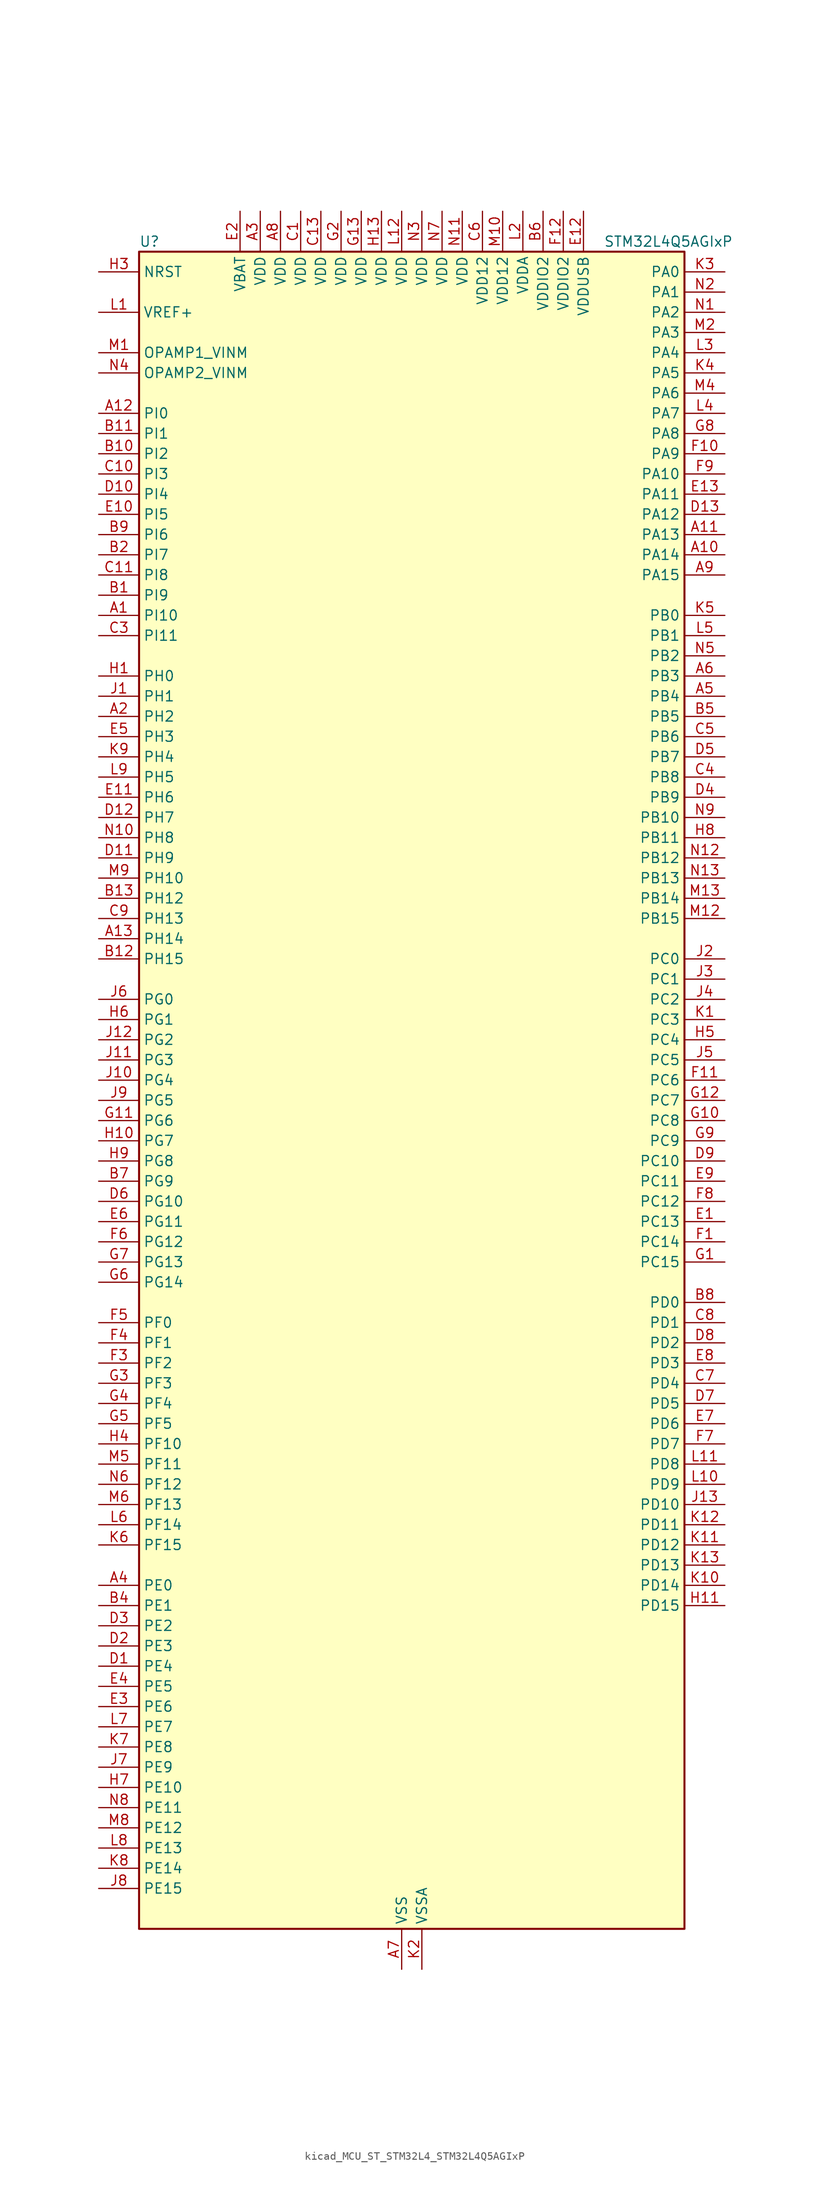
<source format=kicad_sym>
(kicad_symbol_lib
  (version 20220914)
  (generator kicad_symbol_editor)
  (symbol "kicad_MCU_ST_STM32L4_STM32L4Q5AGIxP"
    (property "Reference" "U"
      (at -33.02 107.95 0)
      (effects (font (size 1.27 1.27)) (justify left)))
    (property "Value" "STM32L4Q5AGIxP"
      (at 25.4 107.95 0)
      (effects (font (size 1.27 1.27)) (justify left)))
    (property "ki_locked" ""
      (at 0 0 0)
      (effects (font (size 1.27 1.27))))
    (symbol "kicad_MCU_ST_STM32L4_STM32L4Q5AGIxP_0_1"
      (rectangle (start -33.02 -104.14) (end 35.56 106.68) (stroke (width 0.254) (type default)) (fill (type background))))
    (symbol "kicad_MCU_ST_STM32L4_STM32L4Q5AGIxP_1_1"
      (pin bidirectional line (at -38.1 60.96 0) (length 5.08) (name "PI10" (effects (font (size 1.27 1.27)))) (number "A1" (effects (font (size 1.27 1.27)))) (alternate "OCTOSPIM_P2_IO1" bidirectional line) (alternate "PSSI_D14" bidirectional line))
      (pin bidirectional line (at 40.64 68.58 180) (length 5.08) (name "PA14" (effects (font (size 1.27 1.27)))) (number "A10" (effects (font (size 1.27 1.27)))) (alternate "I2C1_SMBA" bidirectional line) (alternate "I2C4_SMBA" bidirectional line) (alternate "LPTIM1_OUT" bidirectional line) (alternate "SAI1_FS_B" bidirectional line) (alternate "SYS_JTCK-SWCLK" bidirectional line) (alternate "USB_OTG_FS_SOF" bidirectional line))
      (pin bidirectional line (at 40.64 71.12 180) (length 5.08) (name "PA13" (effects (font (size 1.27 1.27)))) (number "A11" (effects (font (size 1.27 1.27)))) (alternate "IR_OUT" bidirectional line) (alternate "SAI1_SD_B" bidirectional line) (alternate "SYS_JTMS-SWDIO" bidirectional line) (alternate "USB_OTG_FS_NOE" bidirectional line))
      (pin bidirectional line (at -38.1 86.36 0) (length 5.08) (name "PI0" (effects (font (size 1.27 1.27)))) (number "A12" (effects (font (size 1.27 1.27)))) (alternate "DCMI_D13" bidirectional line) (alternate "OCTOSPIM_P1_IO5" bidirectional line) (alternate "PSSI_D13" bidirectional line) (alternate "SPI2_NSS" bidirectional line) (alternate "TIM5_CH4" bidirectional line))
      (pin bidirectional line (at -38.1 20.32 0) (length 5.08) (name "PH14" (effects (font (size 1.27 1.27)))) (number "A13" (effects (font (size 1.27 1.27)))) (alternate "DCMI_D4" bidirectional line) (alternate "PSSI_D4" bidirectional line) (alternate "TIM8_CH2N" bidirectional line))
      (pin bidirectional line (at -38.1 48.26 0) (length 5.08) (name "PH2" (effects (font (size 1.27 1.27)))) (number "A2" (effects (font (size 1.27 1.27)))) (alternate "OCTOSPIM_P1_IO4" bidirectional line))
      (pin power_in line (at -17.78 111.76 270) (length 5.08) (name "VDD" (effects (font (size 1.27 1.27)))) (number "A3" (effects (font (size 1.27 1.27)))))
      (pin bidirectional line (at -38.1 -60.96 0) (length 5.08) (name "PE0" (effects (font (size 1.27 1.27)))) (number "A4" (effects (font (size 1.27 1.27)))) (alternate "DCMI_D2" bidirectional line) (alternate "FMC_NBL0" bidirectional line) (alternate "LTDC_HSYNC" bidirectional line) (alternate "PSSI_D2" bidirectional line) (alternate "TIM16_CH1" bidirectional line) (alternate "TIM4_ETR" bidirectional line))
      (pin bidirectional line (at 40.64 50.8 180) (length 5.08) (name "PB4" (effects (font (size 1.27 1.27)))) (number "A5" (effects (font (size 1.27 1.27)))) (alternate "COMP2_INP" bidirectional line) (alternate "DCMI_D12" bidirectional line) (alternate "I2C3_SDA" bidirectional line) (alternate "OCTOSPIM_P1_IO5" bidirectional line) (alternate "PSSI_D12" bidirectional line) (alternate "SAI1_MCLK_B" bidirectional line) (alternate "SDMMC2_D3" bidirectional line) (alternate "SPI1_MISO" bidirectional line) (alternate "SPI3_MISO" bidirectional line) (alternate "SYS_JTRST" bidirectional line) (alternate "TIM17_BKIN" bidirectional line) (alternate "TIM3_CH1" bidirectional line) (alternate "TSC_G2_IO1" bidirectional line) (alternate "UART5_DE" bidirectional line) (alternate "UART5_RTS" bidirectional line) (alternate "USART1_CTS" bidirectional line) (alternate "USART1_NSS" bidirectional line))
      (pin bidirectional line (at 40.64 53.34 180) (length 5.08) (name "PB3" (effects (font (size 1.27 1.27)))) (number "A6" (effects (font (size 1.27 1.27)))) (alternate "COMP2_INM" bidirectional line) (alternate "CRS_SYNC" bidirectional line) (alternate "OCTOSPIM_P1_IO4" bidirectional line) (alternate "SAI1_SCK_B" bidirectional line) (alternate "SDMMC2_D2" bidirectional line) (alternate "SPI1_SCK" bidirectional line) (alternate "SPI3_SCK" bidirectional line) (alternate "SYS_JTDO-SWO" bidirectional line) (alternate "TIM2_CH2" bidirectional line) (alternate "USART1_DE" bidirectional line) (alternate "USART1_RTS" bidirectional line))
      (pin power_in line (at 0 -109.22 90) (length 5.08) (name "VSS" (effects (font (size 1.27 1.27)))) (number "A7" (effects (font (size 1.27 1.27)))))
      (pin power_in line (at -15.24 111.76 270) (length 5.08) (name "VDD" (effects (font (size 1.27 1.27)))) (number "A8" (effects (font (size 1.27 1.27)))))
      (pin bidirectional line (at 40.64 66.04 180) (length 5.08) (name "PA15" (effects (font (size 1.27 1.27)))) (number "A9" (effects (font (size 1.27 1.27)))) (alternate "ADC1_EXTI15" bidirectional line) (alternate "ADC2_EXTI15" bidirectional line) (alternate "LTDC_HSYNC" bidirectional line) (alternate "SAI2_FS_B" bidirectional line) (alternate "SPI1_NSS" bidirectional line) (alternate "SPI3_NSS" bidirectional line) (alternate "SYS_JTDI" bidirectional line) (alternate "TIM2_CH1" bidirectional line) (alternate "TIM2_ETR" bidirectional line) (alternate "TSC_G3_IO1" bidirectional line) (alternate "UART4_DE" bidirectional line) (alternate "UART4_RTS" bidirectional line) (alternate "USART2_RX" bidirectional line) (alternate "USART3_DE" bidirectional line) (alternate "USART3_RTS" bidirectional line))
      (pin bidirectional line (at -38.1 63.5 0) (length 5.08) (name "PI9" (effects (font (size 1.27 1.27)))) (number "B1" (effects (font (size 1.27 1.27)))) (alternate "CAN1_RX" bidirectional line) (alternate "DAC1_EXTI9" bidirectional line) (alternate "OCTOSPIM_P2_IO2" bidirectional line))
      (pin bidirectional line (at -38.1 81.28 0) (length 5.08) (name "PI2" (effects (font (size 1.27 1.27)))) (number "B10" (effects (font (size 1.27 1.27)))) (alternate "DCMI_D9" bidirectional line) (alternate "PSSI_D9" bidirectional line) (alternate "SPI2_MISO" bidirectional line) (alternate "TIM8_CH4" bidirectional line))
      (pin bidirectional line (at -38.1 83.82 0) (length 5.08) (name "PI1" (effects (font (size 1.27 1.27)))) (number "B11" (effects (font (size 1.27 1.27)))) (alternate "DCMI_D8" bidirectional line) (alternate "PSSI_D8" bidirectional line) (alternate "SPI2_SCK" bidirectional line))
      (pin bidirectional line (at -38.1 17.78 0) (length 5.08) (name "PH15" (effects (font (size 1.27 1.27)))) (number "B12" (effects (font (size 1.27 1.27)))) (alternate "ADC1_EXTI15" bidirectional line) (alternate "ADC2_EXTI15" bidirectional line) (alternate "DCMI_D11" bidirectional line) (alternate "OCTOSPIM_P2_IO6" bidirectional line) (alternate "PSSI_D11" bidirectional line) (alternate "TIM8_CH3N" bidirectional line))
      (pin bidirectional line (at -38.1 25.4 0) (length 5.08) (name "PH12" (effects (font (size 1.27 1.27)))) (number "B13" (effects (font (size 1.27 1.27)))) (alternate "DCMI_D3" bidirectional line) (alternate "OCTOSPIM_P2_IO7" bidirectional line) (alternate "PSSI_D3" bidirectional line) (alternate "TIM5_CH3" bidirectional line))
      (pin bidirectional line (at -38.1 68.58 0) (length 5.08) (name "PI7" (effects (font (size 1.27 1.27)))) (number "B2" (effects (font (size 1.27 1.27)))) (alternate "DCMI_D7" bidirectional line) (alternate "OCTOSPIM_P2_NCLK" bidirectional line) (alternate "PSSI_D7" bidirectional line) (alternate "TIM8_CH3" bidirectional line))
      (pin passive line (at 0 -109.22 90) (length 5.08) hide (name "VSS" (effects (font (size 1.27 1.27)))) (number "B3" (effects (font (size 1.27 1.27)))))
      (pin bidirectional line (at -38.1 -63.5 0) (length 5.08) (name "PE1" (effects (font (size 1.27 1.27)))) (number "B4" (effects (font (size 1.27 1.27)))) (alternate "DCMI_D3" bidirectional line) (alternate "FMC_NBL1" bidirectional line) (alternate "LTDC_VSYNC" bidirectional line) (alternate "PSSI_D3" bidirectional line) (alternate "TIM17_CH1" bidirectional line))
      (pin bidirectional line (at 40.64 48.26 180) (length 5.08) (name "PB5" (effects (font (size 1.27 1.27)))) (number "B5" (effects (font (size 1.27 1.27)))) (alternate "COMP2_OUT" bidirectional line) (alternate "DCMI_D10" bidirectional line) (alternate "I2C1_SMBA" bidirectional line) (alternate "LPTIM1_IN1" bidirectional line) (alternate "OCTOSPIM_P1_IO0" bidirectional line) (alternate "PSSI_D10" bidirectional line) (alternate "SAI1_SD_B" bidirectional line) (alternate "SPI1_MOSI" bidirectional line) (alternate "SPI3_MOSI" bidirectional line) (alternate "TIM16_BKIN" bidirectional line) (alternate "TIM3_CH2" bidirectional line) (alternate "TSC_G2_IO2" bidirectional line) (alternate "UART5_CTS" bidirectional line) (alternate "USART1_CK" bidirectional line))
      (pin power_in line (at 17.78 111.76 270) (length 5.08) (name "VDDIO2" (effects (font (size 1.27 1.27)))) (number "B6" (effects (font (size 1.27 1.27)))))
      (pin bidirectional line (at -38.1 -10.16 0) (length 5.08) (name "PG9" (effects (font (size 1.27 1.27)))) (number "B7" (effects (font (size 1.27 1.27)))) (alternate "DAC1_EXTI9" bidirectional line) (alternate "FMC_NCE" bidirectional line) (alternate "FMC_NE2" bidirectional line) (alternate "OCTOSPIM_P2_IO6" bidirectional line) (alternate "SAI2_SCK_A" bidirectional line) (alternate "SDMMC2_D0" bidirectional line) (alternate "SPI3_SCK" bidirectional line) (alternate "TIM15_CH1N" bidirectional line) (alternate "USART1_TX" bidirectional line))
      (pin bidirectional line (at 40.64 -25.4 180) (length 5.08) (name "PD0" (effects (font (size 1.27 1.27)))) (number "B8" (effects (font (size 1.27 1.27)))) (alternate "CAN1_RX" bidirectional line) (alternate "FMC_D2" bidirectional line) (alternate "FMC_DA2" bidirectional line) (alternate "LTDC_B4" bidirectional line) (alternate "SPI2_NSS" bidirectional line))
      (pin bidirectional line (at -38.1 71.12 0) (length 5.08) (name "PI6" (effects (font (size 1.27 1.27)))) (number "B9" (effects (font (size 1.27 1.27)))) (alternate "DCMI_D6" bidirectional line) (alternate "OCTOSPIM_P2_CLK" bidirectional line) (alternate "PSSI_D6" bidirectional line) (alternate "TIM8_CH2" bidirectional line))
      (pin power_in line (at -12.7 111.76 270) (length 5.08) (name "VDD" (effects (font (size 1.27 1.27)))) (number "C1" (effects (font (size 1.27 1.27)))))
      (pin bidirectional line (at -38.1 78.74 0) (length 5.08) (name "PI3" (effects (font (size 1.27 1.27)))) (number "C10" (effects (font (size 1.27 1.27)))) (alternate "DCMI_D10" bidirectional line) (alternate "PSSI_D10" bidirectional line) (alternate "SPI2_MOSI" bidirectional line) (alternate "TIM8_ETR" bidirectional line))
      (pin bidirectional line (at -38.1 66.04 0) (length 5.08) (name "PI8" (effects (font (size 1.27 1.27)))) (number "C11" (effects (font (size 1.27 1.27)))) (alternate "DCMI_D12" bidirectional line) (alternate "OCTOSPIM_P2_NCS" bidirectional line) (alternate "PSSI_D12" bidirectional line))
      (pin passive line (at 0 -109.22 90) (length 5.08) hide (name "VSS" (effects (font (size 1.27 1.27)))) (number "C12" (effects (font (size 1.27 1.27)))))
      (pin power_in line (at -10.16 111.76 270) (length 5.08) (name "VDD" (effects (font (size 1.27 1.27)))) (number "C13" (effects (font (size 1.27 1.27)))))
      (pin passive line (at 0 -109.22 90) (length 5.08) hide (name "VSS" (effects (font (size 1.27 1.27)))) (number "C2" (effects (font (size 1.27 1.27)))))
      (pin bidirectional line (at -38.1 58.42 0) (length 5.08) (name "PI11" (effects (font (size 1.27 1.27)))) (number "C3" (effects (font (size 1.27 1.27)))) (alternate "ADC1_EXTI11" bidirectional line) (alternate "ADC2_EXTI11" bidirectional line) (alternate "OCTOSPIM_P2_IO0" bidirectional line) (alternate "PSSI_D15" bidirectional line))
      (pin bidirectional line (at 40.64 40.64 180) (length 5.08) (name "PB8" (effects (font (size 1.27 1.27)))) (number "C4" (effects (font (size 1.27 1.27)))) (alternate "CAN1_RX" bidirectional line) (alternate "DCMI_D6" bidirectional line) (alternate "DFSDM1_CKOUT" bidirectional line) (alternate "I2C1_SCL" bidirectional line) (alternate "LTDC_DE" bidirectional line) (alternate "PSSI_D6" bidirectional line) (alternate "SAI1_CK1" bidirectional line) (alternate "SAI1_MCLK_A" bidirectional line) (alternate "SDMMC1_CKIN" bidirectional line) (alternate "SDMMC1_D4" bidirectional line) (alternate "SDMMC2_D4" bidirectional line) (alternate "TIM16_CH1" bidirectional line) (alternate "TIM4_CH3" bidirectional line))
      (pin bidirectional line (at 40.64 45.72 180) (length 5.08) (name "PB6" (effects (font (size 1.27 1.27)))) (number "C5" (effects (font (size 1.27 1.27)))) (alternate "COMP2_INP" bidirectional line) (alternate "DCMI_D5" bidirectional line) (alternate "I2C1_SCL" bidirectional line) (alternate "I2C4_SCL" bidirectional line) (alternate "LPTIM1_ETR" bidirectional line) (alternate "LTDC_R6" bidirectional line) (alternate "PSSI_D5" bidirectional line) (alternate "SAI1_FS_B" bidirectional line) (alternate "TIM16_CH1N" bidirectional line) (alternate "TIM4_CH1" bidirectional line) (alternate "TIM8_BKIN2" bidirectional line) (alternate "TSC_G2_IO3" bidirectional line) (alternate "USART1_TX" bidirectional line))
      (pin power_in line (at 10.16 111.76 270) (length 5.08) (name "VDD12" (effects (font (size 1.27 1.27)))) (number "C6" (effects (font (size 1.27 1.27)))))
      (pin bidirectional line (at 40.64 -35.56 180) (length 5.08) (name "PD4" (effects (font (size 1.27 1.27)))) (number "C7" (effects (font (size 1.27 1.27)))) (alternate "DFSDM1_CKIN0" bidirectional line) (alternate "FMC_NOE" bidirectional line) (alternate "OCTOSPIM_P1_IO4" bidirectional line) (alternate "SDMMC2_CKIN" bidirectional line) (alternate "SPI2_MOSI" bidirectional line) (alternate "USART2_DE" bidirectional line) (alternate "USART2_RTS" bidirectional line))
      (pin bidirectional line (at 40.64 -27.94 180) (length 5.08) (name "PD1" (effects (font (size 1.27 1.27)))) (number "C8" (effects (font (size 1.27 1.27)))) (alternate "CAN1_TX" bidirectional line) (alternate "FMC_D3" bidirectional line) (alternate "FMC_DA3" bidirectional line) (alternate "LTDC_B5" bidirectional line) (alternate "SPI2_SCK" bidirectional line))
      (pin bidirectional line (at -38.1 22.86 0) (length 5.08) (name "PH13" (effects (font (size 1.27 1.27)))) (number "C9" (effects (font (size 1.27 1.27)))) (alternate "CAN1_TX" bidirectional line) (alternate "TIM8_CH1N" bidirectional line))
      (pin bidirectional line (at -38.1 -71.12 0) (length 5.08) (name "PE4" (effects (font (size 1.27 1.27)))) (number "D1" (effects (font (size 1.27 1.27)))) (alternate "DCMI_D4" bidirectional line) (alternate "DFSDM1_DATIN3" bidirectional line) (alternate "FMC_A20" bidirectional line) (alternate "LTDC_B7" bidirectional line) (alternate "PSSI_D4" bidirectional line) (alternate "SAI1_D2" bidirectional line) (alternate "SAI1_FS_A" bidirectional line) (alternate "SYS_TRACED1" bidirectional line) (alternate "TIM3_CH2" bidirectional line) (alternate "TSC_G7_IO3" bidirectional line))
      (pin bidirectional line (at -38.1 76.2 0) (length 5.08) (name "PI4" (effects (font (size 1.27 1.27)))) (number "D10" (effects (font (size 1.27 1.27)))) (alternate "DCMI_D5" bidirectional line) (alternate "PSSI_D5" bidirectional line) (alternate "TIM8_BKIN" bidirectional line))
      (pin bidirectional line (at -38.1 30.48 0) (length 5.08) (name "PH9" (effects (font (size 1.27 1.27)))) (number "D11" (effects (font (size 1.27 1.27)))) (alternate "DAC1_EXTI9" bidirectional line) (alternate "DCMI_D0" bidirectional line) (alternate "I2C3_SMBA" bidirectional line) (alternate "OCTOSPIM_P2_IO4" bidirectional line) (alternate "PSSI_D0" bidirectional line))
      (pin bidirectional line (at -38.1 35.56 0) (length 5.08) (name "PH7" (effects (font (size 1.27 1.27)))) (number "D12" (effects (font (size 1.27 1.27)))) (alternate "DCMI_D9" bidirectional line) (alternate "I2C3_SCL" bidirectional line) (alternate "OCTOSPIM_P2_NCLK" bidirectional line) (alternate "PSSI_D9" bidirectional line))
      (pin bidirectional line (at 40.64 73.66 180) (length 5.08) (name "PA12" (effects (font (size 1.27 1.27)))) (number "D13" (effects (font (size 1.27 1.27)))) (alternate "CAN1_TX" bidirectional line) (alternate "LTDC_VSYNC" bidirectional line) (alternate "OCTOSPIM_P2_NCS" bidirectional line) (alternate "SPI1_MOSI" bidirectional line) (alternate "TIM1_ETR" bidirectional line) (alternate "USART1_DE" bidirectional line) (alternate "USART1_RTS" bidirectional line) (alternate "USB_OTG_FS_DP" bidirectional line))
      (pin bidirectional line (at -38.1 -68.58 0) (length 5.08) (name "PE3" (effects (font (size 1.27 1.27)))) (number "D2" (effects (font (size 1.27 1.27)))) (alternate "FMC_A19" bidirectional line) (alternate "LTDC_R6" bidirectional line) (alternate "OCTOSPIM_P1_DQS" bidirectional line) (alternate "SAI1_SD_B" bidirectional line) (alternate "SYS_TRACED0" bidirectional line) (alternate "TIM3_CH1" bidirectional line) (alternate "TSC_G7_IO2" bidirectional line))
      (pin bidirectional line (at -38.1 -66.04 0) (length 5.08) (name "PE2" (effects (font (size 1.27 1.27)))) (number "D3" (effects (font (size 1.27 1.27)))) (alternate "FMC_A23" bidirectional line) (alternate "LTDC_R7" bidirectional line) (alternate "SAI1_CK1" bidirectional line) (alternate "SAI1_MCLK_A" bidirectional line) (alternate "SYS_TRACECLK" bidirectional line) (alternate "TIM3_ETR" bidirectional line) (alternate "TSC_G7_IO1" bidirectional line))
      (pin bidirectional line (at 40.64 38.1 180) (length 5.08) (name "PB9" (effects (font (size 1.27 1.27)))) (number "D4" (effects (font (size 1.27 1.27)))) (alternate "CAN1_TX" bidirectional line) (alternate "DAC1_EXTI9" bidirectional line) (alternate "DCMI_D7" bidirectional line) (alternate "I2C1_SDA" bidirectional line) (alternate "IR_OUT" bidirectional line) (alternate "PSSI_D7" bidirectional line) (alternate "SAI1_D2" bidirectional line) (alternate "SAI1_FS_A" bidirectional line) (alternate "SDMMC1_CDIR" bidirectional line) (alternate "SDMMC1_D5" bidirectional line) (alternate "SDMMC2_D5" bidirectional line) (alternate "SPI2_NSS" bidirectional line) (alternate "TIM17_CH1" bidirectional line) (alternate "TIM4_CH4" bidirectional line))
      (pin bidirectional line (at 40.64 43.18 180) (length 5.08) (name "PB7" (effects (font (size 1.27 1.27)))) (number "D5" (effects (font (size 1.27 1.27)))) (alternate "COMP2_INM" bidirectional line) (alternate "DCMI_VSYNC" bidirectional line) (alternate "FMC_NL" bidirectional line) (alternate "I2C1_SDA" bidirectional line) (alternate "I2C4_SDA" bidirectional line) (alternate "LPTIM1_IN2" bidirectional line) (alternate "LTDC_VSYNC" bidirectional line) (alternate "PSSI_RDY" bidirectional line) (alternate "SYS_PVD_IN" bidirectional line) (alternate "TIM17_CH1N" bidirectional line) (alternate "TIM4_CH2" bidirectional line) (alternate "TIM8_BKIN" bidirectional line) (alternate "TSC_G2_IO4" bidirectional line) (alternate "UART4_CTS" bidirectional line) (alternate "USART1_RX" bidirectional line))
      (pin bidirectional line (at -38.1 -12.7 0) (length 5.08) (name "PG10" (effects (font (size 1.27 1.27)))) (number "D6" (effects (font (size 1.27 1.27)))) (alternate "FMC_NE3" bidirectional line) (alternate "LPTIM1_IN1" bidirectional line) (alternate "OCTOSPIM_P2_IO7" bidirectional line) (alternate "SAI2_FS_A" bidirectional line) (alternate "SDMMC2_D1" bidirectional line) (alternate "SPI3_MISO" bidirectional line) (alternate "TIM15_CH1" bidirectional line) (alternate "USART1_RX" bidirectional line))
      (pin bidirectional line (at 40.64 -38.1 180) (length 5.08) (name "PD5" (effects (font (size 1.27 1.27)))) (number "D7" (effects (font (size 1.27 1.27)))) (alternate "FMC_NWE" bidirectional line) (alternate "OCTOSPIM_P1_IO5" bidirectional line) (alternate "USART2_TX" bidirectional line))
      (pin bidirectional line (at 40.64 -30.48 180) (length 5.08) (name "PD2" (effects (font (size 1.27 1.27)))) (number "D8" (effects (font (size 1.27 1.27)))) (alternate "DCMI_D11" bidirectional line) (alternate "PSSI_D11" bidirectional line) (alternate "SDMMC1_CMD" bidirectional line) (alternate "SYS_TRACED2" bidirectional line) (alternate "TIM3_ETR" bidirectional line) (alternate "TSC_SYNC" bidirectional line) (alternate "UART5_RX" bidirectional line) (alternate "USART3_DE" bidirectional line) (alternate "USART3_RTS" bidirectional line))
      (pin bidirectional line (at 40.64 -7.62 180) (length 5.08) (name "PC10" (effects (font (size 1.27 1.27)))) (number "D9" (effects (font (size 1.27 1.27)))) (alternate "DCMI_D8" bidirectional line) (alternate "DCMI_VSYNC" bidirectional line) (alternate "PSSI_D8" bidirectional line) (alternate "PSSI_RDY" bidirectional line) (alternate "SAI2_SCK_B" bidirectional line) (alternate "SDMMC1_D2" bidirectional line) (alternate "SPI3_SCK" bidirectional line) (alternate "SYS_TRACED1" bidirectional line) (alternate "TSC_G3_IO2" bidirectional line) (alternate "UART4_TX" bidirectional line) (alternate "USART3_TX" bidirectional line))
      (pin bidirectional line (at 40.64 -15.24 180) (length 5.08) (name "PC13" (effects (font (size 1.27 1.27)))) (number "E1" (effects (font (size 1.27 1.27)))) (alternate "RTC_OUT1" bidirectional line) (alternate "RTC_TAMP1" bidirectional line) (alternate "RTC_TS" bidirectional line) (alternate "SYS_WKUP2" bidirectional line))
      (pin bidirectional line (at -38.1 73.66 0) (length 5.08) (name "PI5" (effects (font (size 1.27 1.27)))) (number "E10" (effects (font (size 1.27 1.27)))) (alternate "DCMI_VSYNC" bidirectional line) (alternate "OCTOSPIM_P2_NCS" bidirectional line) (alternate "PSSI_RDY" bidirectional line) (alternate "TIM8_CH1" bidirectional line))
      (pin bidirectional line (at -38.1 38.1 0) (length 5.08) (name "PH6" (effects (font (size 1.27 1.27)))) (number "E11" (effects (font (size 1.27 1.27)))) (alternate "DCMI_D8" bidirectional line) (alternate "I2C2_SMBA" bidirectional line) (alternate "OCTOSPIM_P2_CLK" bidirectional line) (alternate "PSSI_D8" bidirectional line))
      (pin power_in line (at 22.86 111.76 270) (length 5.08) (name "VDDUSB" (effects (font (size 1.27 1.27)))) (number "E12" (effects (font (size 1.27 1.27)))))
      (pin bidirectional line (at 40.64 76.2 180) (length 5.08) (name "PA11" (effects (font (size 1.27 1.27)))) (number "E13" (effects (font (size 1.27 1.27)))) (alternate "ADC1_EXTI11" bidirectional line) (alternate "ADC2_EXTI11" bidirectional line) (alternate "CAN1_RX" bidirectional line) (alternate "LTDC_DE" bidirectional line) (alternate "SPI1_MISO" bidirectional line) (alternate "TIM1_BKIN2" bidirectional line) (alternate "TIM1_CH4" bidirectional line) (alternate "USART1_CTS" bidirectional line) (alternate "USART1_NSS" bidirectional line) (alternate "USB_OTG_FS_DM" bidirectional line))
      (pin power_in line (at -20.32 111.76 270) (length 5.08) (name "VBAT" (effects (font (size 1.27 1.27)))) (number "E2" (effects (font (size 1.27 1.27)))))
      (pin bidirectional line (at -38.1 -76.2 0) (length 5.08) (name "PE6" (effects (font (size 1.27 1.27)))) (number "E3" (effects (font (size 1.27 1.27)))) (alternate "DCMI_D7" bidirectional line) (alternate "FMC_A22" bidirectional line) (alternate "LTDC_G6" bidirectional line) (alternate "PSSI_D7" bidirectional line) (alternate "RTC_TAMP3" bidirectional line) (alternate "SAI1_D1" bidirectional line) (alternate "SAI1_SD_A" bidirectional line) (alternate "SYS_TRACED3" bidirectional line) (alternate "SYS_WKUP3" bidirectional line) (alternate "TIM3_CH4" bidirectional line))
      (pin bidirectional line (at -38.1 -73.66 0) (length 5.08) (name "PE5" (effects (font (size 1.27 1.27)))) (number "E4" (effects (font (size 1.27 1.27)))) (alternate "DCMI_D6" bidirectional line) (alternate "DFSDM1_CKIN3" bidirectional line) (alternate "FMC_A21" bidirectional line) (alternate "LTDC_G7" bidirectional line) (alternate "PSSI_D6" bidirectional line) (alternate "SAI1_CK2" bidirectional line) (alternate "SAI1_SCK_A" bidirectional line) (alternate "SYS_TRACED2" bidirectional line) (alternate "TIM3_CH3" bidirectional line) (alternate "TSC_G7_IO4" bidirectional line))
      (pin bidirectional line (at -38.1 45.72 0) (length 5.08) (name "PH3" (effects (font (size 1.27 1.27)))) (number "E5" (effects (font (size 1.27 1.27)))))
      (pin bidirectional line (at -38.1 -15.24 0) (length 5.08) (name "PG11" (effects (font (size 1.27 1.27)))) (number "E6" (effects (font (size 1.27 1.27)))) (alternate "ADC1_EXTI11" bidirectional line) (alternate "ADC2_EXTI11" bidirectional line) (alternate "LPTIM1_IN2" bidirectional line) (alternate "OCTOSPIM_P1_IO5" bidirectional line) (alternate "SAI2_MCLK_A" bidirectional line) (alternate "SDMMC2_D2" bidirectional line) (alternate "SPI3_MOSI" bidirectional line) (alternate "TIM15_CH2" bidirectional line) (alternate "USART1_CTS" bidirectional line) (alternate "USART1_NSS" bidirectional line))
      (pin bidirectional line (at 40.64 -40.64 180) (length 5.08) (name "PD6" (effects (font (size 1.27 1.27)))) (number "E7" (effects (font (size 1.27 1.27)))) (alternate "DCMI_D10" bidirectional line) (alternate "DFSDM1_DATIN1" bidirectional line) (alternate "FMC_NWAIT" bidirectional line) (alternate "LTDC_DE" bidirectional line) (alternate "OCTOSPIM_P1_IO6" bidirectional line) (alternate "PSSI_D10" bidirectional line) (alternate "SAI1_D1" bidirectional line) (alternate "SAI1_SD_A" bidirectional line) (alternate "SDMMC2_CK" bidirectional line) (alternate "SPI3_MOSI" bidirectional line) (alternate "USART2_RX" bidirectional line))
      (pin bidirectional line (at 40.64 -33.02 180) (length 5.08) (name "PD3" (effects (font (size 1.27 1.27)))) (number "E8" (effects (font (size 1.27 1.27)))) (alternate "DCMI_D5" bidirectional line) (alternate "DFSDM1_DATIN0" bidirectional line) (alternate "FMC_CLK" bidirectional line) (alternate "LTDC_CLK" bidirectional line) (alternate "OCTOSPIM_P2_NCS" bidirectional line) (alternate "PSSI_D5" bidirectional line) (alternate "SPI2_MISO" bidirectional line) (alternate "SPI2_SCK" bidirectional line) (alternate "USART2_CTS" bidirectional line) (alternate "USART2_NSS" bidirectional line))
      (pin bidirectional line (at 40.64 -10.16 180) (length 5.08) (name "PC11" (effects (font (size 1.27 1.27)))) (number "E9" (effects (font (size 1.27 1.27)))) (alternate "ADC1_EXTI11" bidirectional line) (alternate "ADC2_EXTI11" bidirectional line) (alternate "DCMI_D2" bidirectional line) (alternate "DCMI_D4" bidirectional line) (alternate "OCTOSPIM_P1_NCS" bidirectional line) (alternate "PSSI_D2" bidirectional line) (alternate "PSSI_D4" bidirectional line) (alternate "SAI2_MCLK_B" bidirectional line) (alternate "SDMMC1_D3" bidirectional line) (alternate "SPI3_MISO" bidirectional line) (alternate "TSC_G3_IO3" bidirectional line) (alternate "UART4_RX" bidirectional line) (alternate "USART3_RX" bidirectional line))
      (pin bidirectional line (at 40.64 -17.78 180) (length 5.08) (name "PC14" (effects (font (size 1.27 1.27)))) (number "F1" (effects (font (size 1.27 1.27)))) (alternate "RCC_OSC32_IN" bidirectional line))
      (pin bidirectional line (at 40.64 81.28 180) (length 5.08) (name "PA9" (effects (font (size 1.27 1.27)))) (number "F10" (effects (font (size 1.27 1.27)))) (alternate "DAC1_EXTI9" bidirectional line) (alternate "DCMI_D0" bidirectional line) (alternate "LTDC_G7" bidirectional line) (alternate "PSSI_D0" bidirectional line) (alternate "SAI1_FS_A" bidirectional line) (alternate "SPI2_SCK" bidirectional line) (alternate "TIM15_BKIN" bidirectional line) (alternate "TIM1_CH2" bidirectional line) (alternate "USART1_TX" bidirectional line) (alternate "USB_OTG_FS_VBUS" bidirectional line))
      (pin bidirectional line (at 40.64 2.54 180) (length 5.08) (name "PC6" (effects (font (size 1.27 1.27)))) (number "F11" (effects (font (size 1.27 1.27)))) (alternate "DCMI_D0" bidirectional line) (alternate "DFSDM1_CKIN3" bidirectional line) (alternate "LTDC_G7" bidirectional line) (alternate "PSSI_D0" bidirectional line) (alternate "SAI2_MCLK_A" bidirectional line) (alternate "SDMMC1_D0DIR" bidirectional line) (alternate "SDMMC1_D6" bidirectional line) (alternate "SDMMC2_D6" bidirectional line) (alternate "TIM3_CH1" bidirectional line) (alternate "TIM8_CH1" bidirectional line) (alternate "TSC_G4_IO1" bidirectional line))
      (pin power_in line (at 20.32 111.76 270) (length 5.08) (name "VDDIO2" (effects (font (size 1.27 1.27)))) (number "F12" (effects (font (size 1.27 1.27)))))
      (pin passive line (at 0 -109.22 90) (length 5.08) hide (name "VSS" (effects (font (size 1.27 1.27)))) (number "F13" (effects (font (size 1.27 1.27)))))
      (pin passive line (at 0 -109.22 90) (length 5.08) hide (name "VSS" (effects (font (size 1.27 1.27)))) (number "F2" (effects (font (size 1.27 1.27)))))
      (pin bidirectional line (at -38.1 -33.02 0) (length 5.08) (name "PF2" (effects (font (size 1.27 1.27)))) (number "F3" (effects (font (size 1.27 1.27)))) (alternate "FMC_A2" bidirectional line) (alternate "I2C2_SMBA" bidirectional line) (alternate "OCTOSPIM_P2_IO2" bidirectional line))
      (pin bidirectional line (at -38.1 -30.48 0) (length 5.08) (name "PF1" (effects (font (size 1.27 1.27)))) (number "F4" (effects (font (size 1.27 1.27)))) (alternate "FMC_A1" bidirectional line) (alternate "I2C2_SCL" bidirectional line) (alternate "OCTOSPIM_P2_IO1" bidirectional line))
      (pin bidirectional line (at -38.1 -27.94 0) (length 5.08) (name "PF0" (effects (font (size 1.27 1.27)))) (number "F5" (effects (font (size 1.27 1.27)))) (alternate "FMC_A0" bidirectional line) (alternate "I2C2_SDA" bidirectional line) (alternate "OCTOSPIM_P2_IO0" bidirectional line))
      (pin bidirectional line (at -38.1 -17.78 0) (length 5.08) (name "PG12" (effects (font (size 1.27 1.27)))) (number "F6" (effects (font (size 1.27 1.27)))) (alternate "FMC_NE4" bidirectional line) (alternate "LPTIM1_ETR" bidirectional line) (alternate "OCTOSPIM_P2_NCS" bidirectional line) (alternate "SAI2_SD_A" bidirectional line) (alternate "SDMMC2_D3" bidirectional line) (alternate "SPI3_NSS" bidirectional line) (alternate "USART1_DE" bidirectional line) (alternate "USART1_RTS" bidirectional line))
      (pin bidirectional line (at 40.64 -43.18 180) (length 5.08) (name "PD7" (effects (font (size 1.27 1.27)))) (number "F7" (effects (font (size 1.27 1.27)))) (alternate "DFSDM1_CKIN1" bidirectional line) (alternate "FMC_NCE" bidirectional line) (alternate "FMC_NE1" bidirectional line) (alternate "OCTOSPIM_P1_IO7" bidirectional line) (alternate "SDMMC2_CMD" bidirectional line) (alternate "USART2_CK" bidirectional line))
      (pin bidirectional line (at 40.64 -12.7 180) (length 5.08) (name "PC12" (effects (font (size 1.27 1.27)))) (number "F8" (effects (font (size 1.27 1.27)))) (alternate "DCMI_D9" bidirectional line) (alternate "LTDC_R6" bidirectional line) (alternate "PSSI_D9" bidirectional line) (alternate "SAI2_SD_B" bidirectional line) (alternate "SDMMC1_CK" bidirectional line) (alternate "SPI3_MOSI" bidirectional line) (alternate "SYS_TRACED3" bidirectional line) (alternate "TSC_G3_IO4" bidirectional line) (alternate "UART5_TX" bidirectional line) (alternate "USART3_CK" bidirectional line))
      (pin bidirectional line (at 40.64 78.74 180) (length 5.08) (name "PA10" (effects (font (size 1.27 1.27)))) (number "F9" (effects (font (size 1.27 1.27)))) (alternate "DCMI_D1" bidirectional line) (alternate "LTDC_G6" bidirectional line) (alternate "PSSI_D1" bidirectional line) (alternate "SAI1_D1" bidirectional line) (alternate "SAI1_SD_A" bidirectional line) (alternate "TIM17_BKIN" bidirectional line) (alternate "TIM1_CH3" bidirectional line) (alternate "USART1_RX" bidirectional line) (alternate "USB_OTG_FS_ID" bidirectional line))
      (pin bidirectional line (at 40.64 -20.32 180) (length 5.08) (name "PC15" (effects (font (size 1.27 1.27)))) (number "G1" (effects (font (size 1.27 1.27)))) (alternate "ADC1_EXTI15" bidirectional line) (alternate "ADC2_EXTI15" bidirectional line) (alternate "RCC_OSC32_OUT" bidirectional line))
      (pin bidirectional line (at 40.64 -2.54 180) (length 5.08) (name "PC8" (effects (font (size 1.27 1.27)))) (number "G10" (effects (font (size 1.27 1.27)))) (alternate "DCMI_D2" bidirectional line) (alternate "PSSI_D2" bidirectional line) (alternate "SDMMC1_D0" bidirectional line) (alternate "TIM3_CH3" bidirectional line) (alternate "TIM8_CH3" bidirectional line) (alternate "TSC_G4_IO3" bidirectional line))
      (pin bidirectional line (at -38.1 -2.54 0) (length 5.08) (name "PG6" (effects (font (size 1.27 1.27)))) (number "G11" (effects (font (size 1.27 1.27)))) (alternate "I2C3_SMBA" bidirectional line) (alternate "LPUART1_DE" bidirectional line) (alternate "LPUART1_RTS" bidirectional line) (alternate "LTDC_R1" bidirectional line) (alternate "OCTOSPIM_P1_DQS" bidirectional line))
      (pin bidirectional line (at 40.64 0 180) (length 5.08) (name "PC7" (effects (font (size 1.27 1.27)))) (number "G12" (effects (font (size 1.27 1.27)))) (alternate "DCMI_D1" bidirectional line) (alternate "DFSDM1_DATIN3" bidirectional line) (alternate "LTDC_B6" bidirectional line) (alternate "PSSI_D1" bidirectional line) (alternate "SAI2_MCLK_B" bidirectional line) (alternate "SDMMC1_D123DIR" bidirectional line) (alternate "SDMMC1_D7" bidirectional line) (alternate "SDMMC2_D7" bidirectional line) (alternate "TIM3_CH2" bidirectional line) (alternate "TIM8_CH2" bidirectional line) (alternate "TSC_G4_IO2" bidirectional line))
      (pin power_in line (at -5.08 111.76 270) (length 5.08) (name "VDD" (effects (font (size 1.27 1.27)))) (number "G13" (effects (font (size 1.27 1.27)))))
      (pin power_in line (at -7.62 111.76 270) (length 5.08) (name "VDD" (effects (font (size 1.27 1.27)))) (number "G2" (effects (font (size 1.27 1.27)))))
      (pin bidirectional line (at -38.1 -35.56 0) (length 5.08) (name "PF3" (effects (font (size 1.27 1.27)))) (number "G3" (effects (font (size 1.27 1.27)))) (alternate "FMC_A3" bidirectional line) (alternate "OCTOSPIM_P2_IO3" bidirectional line))
      (pin bidirectional line (at -38.1 -38.1 0) (length 5.08) (name "PF4" (effects (font (size 1.27 1.27)))) (number "G4" (effects (font (size 1.27 1.27)))) (alternate "FMC_A4" bidirectional line) (alternate "OCTOSPIM_P2_CLK" bidirectional line))
      (pin bidirectional line (at -38.1 -40.64 0) (length 5.08) (name "PF5" (effects (font (size 1.27 1.27)))) (number "G5" (effects (font (size 1.27 1.27)))) (alternate "FMC_A5" bidirectional line) (alternate "OCTOSPIM_P2_NCLK" bidirectional line))
      (pin bidirectional line (at -38.1 -22.86 0) (length 5.08) (name "PG14" (effects (font (size 1.27 1.27)))) (number "G6" (effects (font (size 1.27 1.27)))) (alternate "FMC_A25" bidirectional line) (alternate "I2C1_SCL" bidirectional line) (alternate "LTDC_R1" bidirectional line))
      (pin bidirectional line (at -38.1 -20.32 0) (length 5.08) (name "PG13" (effects (font (size 1.27 1.27)))) (number "G7" (effects (font (size 1.27 1.27)))) (alternate "FMC_A24" bidirectional line) (alternate "I2C1_SDA" bidirectional line) (alternate "LTDC_R0" bidirectional line) (alternate "USART1_CK" bidirectional line))
      (pin bidirectional line (at 40.64 83.82 180) (length 5.08) (name "PA8" (effects (font (size 1.27 1.27)))) (number "G8" (effects (font (size 1.27 1.27)))) (alternate "LPTIM2_OUT" bidirectional line) (alternate "LTDC_B7" bidirectional line) (alternate "RCC_MCO" bidirectional line) (alternate "SAI1_CK2" bidirectional line) (alternate "SAI1_SCK_A" bidirectional line) (alternate "TIM1_CH1" bidirectional line) (alternate "USART1_CK" bidirectional line) (alternate "USB_OTG_FS_SOF" bidirectional line))
      (pin bidirectional line (at 40.64 -5.08 180) (length 5.08) (name "PC9" (effects (font (size 1.27 1.27)))) (number "G9" (effects (font (size 1.27 1.27)))) (alternate "DAC1_EXTI9" bidirectional line) (alternate "DCMI_D3" bidirectional line) (alternate "I2C3_SDA" bidirectional line) (alternate "PSSI_D3" bidirectional line) (alternate "SAI2_EXTCLK" bidirectional line) (alternate "SDMMC1_D1" bidirectional line) (alternate "SYS_TRACED0" bidirectional line) (alternate "TIM3_CH4" bidirectional line) (alternate "TIM8_BKIN2" bidirectional line) (alternate "TIM8_CH4" bidirectional line) (alternate "TSC_G4_IO4" bidirectional line) (alternate "USB_OTG_FS_NOE" bidirectional line))
      (pin bidirectional line (at -38.1 53.34 0) (length 5.08) (name "PH0" (effects (font (size 1.27 1.27)))) (number "H1" (effects (font (size 1.27 1.27)))) (alternate "RCC_OSC_IN" bidirectional line))
      (pin bidirectional line (at -38.1 -5.08 0) (length 5.08) (name "PG7" (effects (font (size 1.27 1.27)))) (number "H10" (effects (font (size 1.27 1.27)))) (alternate "DFSDM1_CKOUT" bidirectional line) (alternate "FMC_INT" bidirectional line) (alternate "I2C3_SCL" bidirectional line) (alternate "LPUART1_TX" bidirectional line) (alternate "OCTOSPIM_P2_DQS" bidirectional line) (alternate "SAI1_CK1" bidirectional line) (alternate "SAI1_MCLK_A" bidirectional line))
      (pin bidirectional line (at 40.64 -63.5 180) (length 5.08) (name "PD15" (effects (font (size 1.27 1.27)))) (number "H11" (effects (font (size 1.27 1.27)))) (alternate "ADC1_EXTI15" bidirectional line) (alternate "ADC2_EXTI15" bidirectional line) (alternate "FMC_D1" bidirectional line) (alternate "FMC_DA1" bidirectional line) (alternate "LTDC_B3" bidirectional line) (alternate "TIM4_CH4" bidirectional line))
      (pin passive line (at 0 -109.22 90) (length 5.08) hide (name "VSS" (effects (font (size 1.27 1.27)))) (number "H12" (effects (font (size 1.27 1.27)))))
      (pin power_in line (at -2.54 111.76 270) (length 5.08) (name "VDD" (effects (font (size 1.27 1.27)))) (number "H13" (effects (font (size 1.27 1.27)))))
      (pin passive line (at 0 -109.22 90) (length 5.08) hide (name "VSS" (effects (font (size 1.27 1.27)))) (number "H2" (effects (font (size 1.27 1.27)))))
      (pin input line (at -38.1 104.14 0) (length 5.08) (name "NRST" (effects (font (size 1.27 1.27)))) (number "H3" (effects (font (size 1.27 1.27)))))
      (pin bidirectional line (at -38.1 -43.18 0) (length 5.08) (name "PF10" (effects (font (size 1.27 1.27)))) (number "H4" (effects (font (size 1.27 1.27)))) (alternate "DCMI_D11" bidirectional line) (alternate "DFSDM1_CKOUT" bidirectional line) (alternate "OCTOSPIM_P1_CLK" bidirectional line) (alternate "PSSI_D11" bidirectional line) (alternate "PSSI_D15" bidirectional line) (alternate "SAI1_D3" bidirectional line) (alternate "TIM15_CH2" bidirectional line))
      (pin bidirectional line (at 40.64 7.62 180) (length 5.08) (name "PC4" (effects (font (size 1.27 1.27)))) (number "H5" (effects (font (size 1.27 1.27)))) (alternate "ADC1_IN13" bidirectional line) (alternate "ADC2_IN13" bidirectional line) (alternate "COMP1_INM" bidirectional line) (alternate "OCTOSPIM_P1_IO7" bidirectional line) (alternate "OCTOSPIM_P2_NCS" bidirectional line) (alternate "USART3_TX" bidirectional line))
      (pin bidirectional line (at -38.1 10.16 0) (length 5.08) (name "PG1" (effects (font (size 1.27 1.27)))) (number "H6" (effects (font (size 1.27 1.27)))) (alternate "FMC_A11" bidirectional line) (alternate "OCTOSPIM_P2_IO5" bidirectional line) (alternate "TSC_G8_IO4" bidirectional line))
      (pin bidirectional line (at -38.1 -86.36 0) (length 5.08) (name "PE10" (effects (font (size 1.27 1.27)))) (number "H7" (effects (font (size 1.27 1.27)))) (alternate "FMC_D7" bidirectional line) (alternate "FMC_DA7" bidirectional line) (alternate "LTDC_G3" bidirectional line) (alternate "OCTOSPIM_P1_CLK" bidirectional line) (alternate "SAI1_MCLK_B" bidirectional line) (alternate "TIM1_CH2N" bidirectional line) (alternate "TSC_G5_IO1" bidirectional line))
      (pin bidirectional line (at 40.64 33.02 180) (length 5.08) (name "PB11" (effects (font (size 1.27 1.27)))) (number "H8" (effects (font (size 1.27 1.27)))) (alternate "ADC1_EXTI11" bidirectional line) (alternate "ADC2_EXTI11" bidirectional line) (alternate "COMP2_OUT" bidirectional line) (alternate "I2C2_SDA" bidirectional line) (alternate "I2C4_SDA" bidirectional line) (alternate "LPUART1_TX" bidirectional line) (alternate "LTDC_VSYNC" bidirectional line) (alternate "OCTOSPIM_P1_NCS" bidirectional line) (alternate "TIM2_CH4" bidirectional line) (alternate "USART3_RX" bidirectional line))
      (pin bidirectional line (at -38.1 -7.62 0) (length 5.08) (name "PG8" (effects (font (size 1.27 1.27)))) (number "H9" (effects (font (size 1.27 1.27)))) (alternate "I2C3_SDA" bidirectional line) (alternate "LPUART1_RX" bidirectional line))
      (pin bidirectional line (at -38.1 50.8 0) (length 5.08) (name "PH1" (effects (font (size 1.27 1.27)))) (number "J1" (effects (font (size 1.27 1.27)))) (alternate "RCC_OSC_OUT" bidirectional line))
      (pin bidirectional line (at -38.1 2.54 0) (length 5.08) (name "PG4" (effects (font (size 1.27 1.27)))) (number "J10" (effects (font (size 1.27 1.27)))) (alternate "FMC_A14" bidirectional line) (alternate "SAI2_MCLK_B" bidirectional line) (alternate "SDMMC2_D6" bidirectional line) (alternate "SPI1_MOSI" bidirectional line))
      (pin bidirectional line (at -38.1 5.08 0) (length 5.08) (name "PG3" (effects (font (size 1.27 1.27)))) (number "J11" (effects (font (size 1.27 1.27)))) (alternate "FMC_A13" bidirectional line) (alternate "SAI2_FS_B" bidirectional line) (alternate "SDMMC2_D5" bidirectional line) (alternate "SPI1_MISO" bidirectional line))
      (pin bidirectional line (at -38.1 7.62 0) (length 5.08) (name "PG2" (effects (font (size 1.27 1.27)))) (number "J12" (effects (font (size 1.27 1.27)))) (alternate "FMC_A12" bidirectional line) (alternate "SAI2_SCK_B" bidirectional line) (alternate "SDMMC2_D4" bidirectional line) (alternate "SPI1_SCK" bidirectional line))
      (pin bidirectional line (at 40.64 -50.8 180) (length 5.08) (name "PD10" (effects (font (size 1.27 1.27)))) (number "J13" (effects (font (size 1.27 1.27)))) (alternate "FMC_D15" bidirectional line) (alternate "FMC_DA15" bidirectional line) (alternate "LTDC_R5" bidirectional line) (alternate "SAI2_SCK_A" bidirectional line) (alternate "TSC_G6_IO1" bidirectional line) (alternate "USART3_CK" bidirectional line))
      (pin bidirectional line (at 40.64 17.78 180) (length 5.08) (name "PC0" (effects (font (size 1.27 1.27)))) (number "J2" (effects (font (size 1.27 1.27)))) (alternate "ADC1_IN1" bidirectional line) (alternate "ADC2_IN1" bidirectional line) (alternate "I2C3_SCL" bidirectional line) (alternate "LPTIM1_IN1" bidirectional line) (alternate "LPTIM2_IN1" bidirectional line) (alternate "LPUART1_RX" bidirectional line) (alternate "LTDC_DE" bidirectional line) (alternate "SAI2_FS_A" bidirectional line) (alternate "SDMMC1_CMD" bidirectional line) (alternate "SDMMC2_CKIN" bidirectional line))
      (pin bidirectional line (at 40.64 15.24 180) (length 5.08) (name "PC1" (effects (font (size 1.27 1.27)))) (number "J3" (effects (font (size 1.27 1.27)))) (alternate "ADC1_IN2" bidirectional line) (alternate "ADC2_IN2" bidirectional line) (alternate "I2C3_SDA" bidirectional line) (alternate "LPTIM1_OUT" bidirectional line) (alternate "LPUART1_TX" bidirectional line) (alternate "OCTOSPIM_P1_IO4" bidirectional line) (alternate "SAI1_SD_A" bidirectional line) (alternate "SPI2_MOSI" bidirectional line) (alternate "SYS_TRACED0" bidirectional line))
      (pin bidirectional line (at 40.64 12.7 180) (length 5.08) (name "PC2" (effects (font (size 1.27 1.27)))) (number "J4" (effects (font (size 1.27 1.27)))) (alternate "ADC1_IN3" bidirectional line) (alternate "ADC2_IN3" bidirectional line) (alternate "DFSDM1_CKOUT" bidirectional line) (alternate "LPTIM1_IN2" bidirectional line) (alternate "LTDC_HSYNC" bidirectional line) (alternate "OCTOSPIM_P1_IO5" bidirectional line) (alternate "SPI2_MISO" bidirectional line))
      (pin bidirectional line (at 40.64 5.08 180) (length 5.08) (name "PC5" (effects (font (size 1.27 1.27)))) (number "J5" (effects (font (size 1.27 1.27)))) (alternate "ADC1_IN14" bidirectional line) (alternate "ADC2_IN14" bidirectional line) (alternate "COMP1_INP" bidirectional line) (alternate "LTDC_CLK" bidirectional line) (alternate "PSSI_D15" bidirectional line) (alternate "SAI1_D3" bidirectional line) (alternate "SYS_WKUP5" bidirectional line) (alternate "USART3_RX" bidirectional line))
      (pin bidirectional line (at -38.1 12.7 0) (length 5.08) (name "PG0" (effects (font (size 1.27 1.27)))) (number "J6" (effects (font (size 1.27 1.27)))) (alternate "FMC_A10" bidirectional line) (alternate "OCTOSPIM_P2_IO4" bidirectional line) (alternate "TSC_G8_IO3" bidirectional line))
      (pin bidirectional line (at -38.1 -83.82 0) (length 5.08) (name "PE9" (effects (font (size 1.27 1.27)))) (number "J7" (effects (font (size 1.27 1.27)))) (alternate "DAC1_EXTI9" bidirectional line) (alternate "DFSDM1_CKOUT" bidirectional line) (alternate "FMC_D6" bidirectional line) (alternate "FMC_DA6" bidirectional line) (alternate "LTDC_G2" bidirectional line) (alternate "OCTOSPIM_P1_NCLK" bidirectional line) (alternate "SAI1_FS_B" bidirectional line) (alternate "TIM1_CH1" bidirectional line))
      (pin bidirectional line (at -38.1 -99.06 0) (length 5.08) (name "PE15" (effects (font (size 1.27 1.27)))) (number "J8" (effects (font (size 1.27 1.27)))) (alternate "ADC1_EXTI15" bidirectional line) (alternate "ADC2_EXTI15" bidirectional line) (alternate "FMC_D12" bidirectional line) (alternate "FMC_DA12" bidirectional line) (alternate "LTDC_R2" bidirectional line) (alternate "OCTOSPIM_P1_IO3" bidirectional line) (alternate "SPI1_MOSI" bidirectional line) (alternate "TIM1_BKIN" bidirectional line))
      (pin bidirectional line (at -38.1 0 0) (length 5.08) (name "PG5" (effects (font (size 1.27 1.27)))) (number "J9" (effects (font (size 1.27 1.27)))) (alternate "FMC_A15" bidirectional line) (alternate "LPUART1_CTS" bidirectional line) (alternate "SAI2_SD_B" bidirectional line) (alternate "SDMMC2_D7" bidirectional line) (alternate "SPI1_NSS" bidirectional line))
      (pin bidirectional line (at 40.64 10.16 180) (length 5.08) (name "PC3" (effects (font (size 1.27 1.27)))) (number "K1" (effects (font (size 1.27 1.27)))) (alternate "ADC1_IN4" bidirectional line) (alternate "ADC2_IN4" bidirectional line) (alternate "LPTIM1_ETR" bidirectional line) (alternate "LPTIM2_ETR" bidirectional line) (alternate "OCTOSPIM_P1_IO6" bidirectional line) (alternate "SAI1_D1" bidirectional line) (alternate "SAI1_SD_A" bidirectional line) (alternate "SPI2_MOSI" bidirectional line))
      (pin bidirectional line (at 40.64 -60.96 180) (length 5.08) (name "PD14" (effects (font (size 1.27 1.27)))) (number "K10" (effects (font (size 1.27 1.27)))) (alternate "FMC_D0" bidirectional line) (alternate "FMC_DA0" bidirectional line) (alternate "LTDC_B2" bidirectional line) (alternate "TIM4_CH3" bidirectional line))
      (pin bidirectional line (at 40.64 -55.88 180) (length 5.08) (name "PD12" (effects (font (size 1.27 1.27)))) (number "K11" (effects (font (size 1.27 1.27)))) (alternate "FMC_A17" bidirectional line) (alternate "FMC_ALE" bidirectional line) (alternate "I2C4_SCL" bidirectional line) (alternate "LPTIM2_IN1" bidirectional line) (alternate "LTDC_R7" bidirectional line) (alternate "SAI2_FS_A" bidirectional line) (alternate "TIM4_CH1" bidirectional line) (alternate "TSC_G6_IO3" bidirectional line) (alternate "USART3_DE" bidirectional line) (alternate "USART3_RTS" bidirectional line))
      (pin bidirectional line (at 40.64 -53.34 180) (length 5.08) (name "PD11" (effects (font (size 1.27 1.27)))) (number "K12" (effects (font (size 1.27 1.27)))) (alternate "ADC1_EXTI11" bidirectional line) (alternate "ADC2_EXTI11" bidirectional line) (alternate "FMC_A16" bidirectional line) (alternate "FMC_CLE" bidirectional line) (alternate "I2C4_SMBA" bidirectional line) (alternate "LPTIM2_ETR" bidirectional line) (alternate "LTDC_R6" bidirectional line) (alternate "SAI2_SD_A" bidirectional line) (alternate "TSC_G6_IO2" bidirectional line) (alternate "USART3_CTS" bidirectional line) (alternate "USART3_NSS" bidirectional line))
      (pin bidirectional line (at 40.64 -58.42 180) (length 5.08) (name "PD13" (effects (font (size 1.27 1.27)))) (number "K13" (effects (font (size 1.27 1.27)))) (alternate "FMC_A18" bidirectional line) (alternate "I2C4_SDA" bidirectional line) (alternate "LPTIM2_OUT" bidirectional line) (alternate "TIM4_CH2" bidirectional line) (alternate "TSC_G6_IO4" bidirectional line))
      (pin power_in line (at 2.54 -109.22 90) (length 5.08) (name "VSSA" (effects (font (size 1.27 1.27)))) (number "K2" (effects (font (size 1.27 1.27)))))
      (pin bidirectional line (at 40.64 104.14 180) (length 5.08) (name "PA0" (effects (font (size 1.27 1.27)))) (number "K3" (effects (font (size 1.27 1.27)))) (alternate "ADC1_IN5" bidirectional line) (alternate "ADC2_IN5" bidirectional line) (alternate "OPAMP1_VINP" bidirectional line) (alternate "RTC_TAMP2" bidirectional line) (alternate "SAI1_EXTCLK" bidirectional line) (alternate "SYS_WKUP1" bidirectional line) (alternate "TIM2_CH1" bidirectional line) (alternate "TIM2_ETR" bidirectional line) (alternate "TIM5_CH1" bidirectional line) (alternate "TIM8_ETR" bidirectional line) (alternate "UART4_TX" bidirectional line) (alternate "USART2_CTS" bidirectional line) (alternate "USART2_NSS" bidirectional line))
      (pin bidirectional line (at 40.64 91.44 180) (length 5.08) (name "PA5" (effects (font (size 1.27 1.27)))) (number "K4" (effects (font (size 1.27 1.27)))) (alternate "ADC1_IN10" bidirectional line) (alternate "ADC2_IN10" bidirectional line) (alternate "DAC1_OUT2" bidirectional line) (alternate "LPTIM2_ETR" bidirectional line) (alternate "LTDC_R7" bidirectional line) (alternate "PSSI_D14" bidirectional line) (alternate "SPI1_SCK" bidirectional line) (alternate "TIM2_CH1" bidirectional line) (alternate "TIM2_ETR" bidirectional line) (alternate "TIM8_CH1N" bidirectional line))
      (pin bidirectional line (at 40.64 60.96 180) (length 5.08) (name "PB0" (effects (font (size 1.27 1.27)))) (number "K5" (effects (font (size 1.27 1.27)))) (alternate "ADC1_IN15" bidirectional line) (alternate "ADC2_IN15" bidirectional line) (alternate "COMP1_OUT" bidirectional line) (alternate "LTDC_B6" bidirectional line) (alternate "OCTOSPIM_P1_IO1" bidirectional line) (alternate "OPAMP2_VOUT" bidirectional line) (alternate "SAI1_EXTCLK" bidirectional line) (alternate "SPI1_NSS" bidirectional line) (alternate "TIM1_CH2N" bidirectional line) (alternate "TIM3_CH3" bidirectional line) (alternate "TIM8_CH2N" bidirectional line) (alternate "USART3_CK" bidirectional line))
      (pin bidirectional line (at -38.1 -55.88 0) (length 5.08) (name "PF15" (effects (font (size 1.27 1.27)))) (number "K6" (effects (font (size 1.27 1.27)))) (alternate "ADC1_EXTI15" bidirectional line) (alternate "ADC2_EXTI15" bidirectional line) (alternate "FMC_A9" bidirectional line) (alternate "I2C4_SDA" bidirectional line) (alternate "LTDC_G1" bidirectional line) (alternate "TSC_G8_IO2" bidirectional line))
      (pin bidirectional line (at -38.1 -81.28 0) (length 5.08) (name "PE8" (effects (font (size 1.27 1.27)))) (number "K7" (effects (font (size 1.27 1.27)))) (alternate "DFSDM1_CKIN2" bidirectional line) (alternate "FMC_D5" bidirectional line) (alternate "FMC_DA5" bidirectional line) (alternate "LTDC_B7" bidirectional line) (alternate "SAI1_SCK_B" bidirectional line) (alternate "TIM1_CH1N" bidirectional line))
      (pin bidirectional line (at -38.1 -96.52 0) (length 5.08) (name "PE14" (effects (font (size 1.27 1.27)))) (number "K8" (effects (font (size 1.27 1.27)))) (alternate "FMC_D11" bidirectional line) (alternate "FMC_DA11" bidirectional line) (alternate "LTDC_G7" bidirectional line) (alternate "OCTOSPIM_P1_IO2" bidirectional line) (alternate "SPI1_MISO" bidirectional line) (alternate "TIM1_BKIN2" bidirectional line) (alternate "TIM1_CH4" bidirectional line))
      (pin bidirectional line (at -38.1 43.18 0) (length 5.08) (name "PH4" (effects (font (size 1.27 1.27)))) (number "K9" (effects (font (size 1.27 1.27)))) (alternate "I2C2_SCL" bidirectional line) (alternate "OCTOSPIM_P2_DQS" bidirectional line) (alternate "PSSI_D14" bidirectional line))
      (pin input line (at -38.1 99.06 0) (length 5.08) (name "VREF+" (effects (font (size 1.27 1.27)))) (number "L1" (effects (font (size 1.27 1.27)))) (alternate "VREFBUF_OUT" bidirectional line))
      (pin bidirectional line (at 40.64 -48.26 180) (length 5.08) (name "PD9" (effects (font (size 1.27 1.27)))) (number "L10" (effects (font (size 1.27 1.27)))) (alternate "DAC1_EXTI9" bidirectional line) (alternate "DCMI_PIXCLK" bidirectional line) (alternate "FMC_D14" bidirectional line) (alternate "FMC_DA14" bidirectional line) (alternate "LTDC_R4" bidirectional line) (alternate "PSSI_PDCK" bidirectional line) (alternate "SAI2_MCLK_A" bidirectional line) (alternate "USART3_RX" bidirectional line))
      (pin bidirectional line (at 40.64 -45.72 180) (length 5.08) (name "PD8" (effects (font (size 1.27 1.27)))) (number "L11" (effects (font (size 1.27 1.27)))) (alternate "DCMI_HSYNC" bidirectional line) (alternate "FMC_D13" bidirectional line) (alternate "FMC_DA13" bidirectional line) (alternate "LTDC_R3" bidirectional line) (alternate "PSSI_DE" bidirectional line) (alternate "USART3_TX" bidirectional line))
      (pin power_in line (at 0 111.76 270) (length 5.08) (name "VDD" (effects (font (size 1.27 1.27)))) (number "L12" (effects (font (size 1.27 1.27)))))
      (pin passive line (at 0 -109.22 90) (length 5.08) hide (name "VSS" (effects (font (size 1.27 1.27)))) (number "L13" (effects (font (size 1.27 1.27)))))
      (pin power_in line (at 15.24 111.76 270) (length 5.08) (name "VDDA" (effects (font (size 1.27 1.27)))) (number "L2" (effects (font (size 1.27 1.27)))))
      (pin bidirectional line (at 40.64 93.98 180) (length 5.08) (name "PA4" (effects (font (size 1.27 1.27)))) (number "L3" (effects (font (size 1.27 1.27)))) (alternate "ADC1_IN9" bidirectional line) (alternate "ADC2_IN9" bidirectional line) (alternate "DAC1_OUT1" bidirectional line) (alternate "DCMI_HSYNC" bidirectional line) (alternate "LPTIM2_OUT" bidirectional line) (alternate "LTDC_CLK" bidirectional line) (alternate "OCTOSPIM_P1_NCS" bidirectional line) (alternate "PSSI_DE" bidirectional line) (alternate "SAI1_FS_B" bidirectional line) (alternate "SPI1_NSS" bidirectional line) (alternate "SPI3_NSS" bidirectional line) (alternate "USART2_CK" bidirectional line))
      (pin bidirectional line (at 40.64 86.36 180) (length 5.08) (name "PA7" (effects (font (size 1.27 1.27)))) (number "L4" (effects (font (size 1.27 1.27)))) (alternate "ADC1_IN12" bidirectional line) (alternate "ADC2_IN12" bidirectional line) (alternate "I2C3_SCL" bidirectional line) (alternate "OCTOSPIM_P1_IO2" bidirectional line) (alternate "OPAMP2_VINM" bidirectional line) (alternate "SPI1_MOSI" bidirectional line) (alternate "TIM17_CH1" bidirectional line) (alternate "TIM1_CH1N" bidirectional line) (alternate "TIM3_CH2" bidirectional line) (alternate "TIM8_CH1N" bidirectional line))
      (pin bidirectional line (at 40.64 58.42 180) (length 5.08) (name "PB1" (effects (font (size 1.27 1.27)))) (number "L5" (effects (font (size 1.27 1.27)))) (alternate "ADC1_IN16" bidirectional line) (alternate "ADC2_IN16" bidirectional line) (alternate "COMP1_INM" bidirectional line) (alternate "DFSDM1_DATIN0" bidirectional line) (alternate "LPTIM2_IN1" bidirectional line) (alternate "LPUART1_DE" bidirectional line) (alternate "LPUART1_RTS" bidirectional line) (alternate "LTDC_G6" bidirectional line) (alternate "OCTOSPIM_P1_IO0" bidirectional line) (alternate "TIM1_CH3N" bidirectional line) (alternate "TIM3_CH4" bidirectional line) (alternate "TIM8_CH3N" bidirectional line) (alternate "USART3_DE" bidirectional line) (alternate "USART3_RTS" bidirectional line))
      (pin bidirectional line (at -38.1 -53.34 0) (length 5.08) (name "PF14" (effects (font (size 1.27 1.27)))) (number "L6" (effects (font (size 1.27 1.27)))) (alternate "FMC_A8" bidirectional line) (alternate "I2C4_SCL" bidirectional line) (alternate "LTDC_G0" bidirectional line) (alternate "TSC_G8_IO1" bidirectional line))
      (pin bidirectional line (at -38.1 -78.74 0) (length 5.08) (name "PE7" (effects (font (size 1.27 1.27)))) (number "L7" (effects (font (size 1.27 1.27)))) (alternate "DFSDM1_DATIN2" bidirectional line) (alternate "FMC_D4" bidirectional line) (alternate "FMC_DA4" bidirectional line) (alternate "LTDC_B6" bidirectional line) (alternate "SAI1_SD_B" bidirectional line) (alternate "TIM1_ETR" bidirectional line))
      (pin bidirectional line (at -38.1 -93.98 0) (length 5.08) (name "PE13" (effects (font (size 1.27 1.27)))) (number "L8" (effects (font (size 1.27 1.27)))) (alternate "FMC_D10" bidirectional line) (alternate "FMC_DA10" bidirectional line) (alternate "LTDC_G6" bidirectional line) (alternate "OCTOSPIM_P1_IO1" bidirectional line) (alternate "SPI1_SCK" bidirectional line) (alternate "TIM1_CH3" bidirectional line) (alternate "TSC_G5_IO4" bidirectional line))
      (pin bidirectional line (at -38.1 40.64 0) (length 5.08) (name "PH5" (effects (font (size 1.27 1.27)))) (number "L9" (effects (font (size 1.27 1.27)))) (alternate "DCMI_PIXCLK" bidirectional line) (alternate "I2C2_SDA" bidirectional line) (alternate "PSSI_PDCK" bidirectional line))
      (pin bidirectional line (at -38.1 93.98 0) (length 5.08) (name "OPAMP1_VINM" (effects (font (size 1.27 1.27)))) (number "M1" (effects (font (size 1.27 1.27)))) (alternate "OPAMP1_VINM" bidirectional line))
      (pin power_in line (at 12.7 111.76 270) (length 5.08) (name "VDD12" (effects (font (size 1.27 1.27)))) (number "M10" (effects (font (size 1.27 1.27)))))
      (pin passive line (at 0 -109.22 90) (length 5.08) hide (name "VSS" (effects (font (size 1.27 1.27)))) (number "M11" (effects (font (size 1.27 1.27)))))
      (pin bidirectional line (at 40.64 22.86 180) (length 5.08) (name "PB15" (effects (font (size 1.27 1.27)))) (number "M12" (effects (font (size 1.27 1.27)))) (alternate "ADC1_EXTI15" bidirectional line) (alternate "ADC2_EXTI15" bidirectional line) (alternate "DFSDM1_CKIN2" bidirectional line) (alternate "OCTOSPIM_P1_IO7" bidirectional line) (alternate "RTC_REFIN" bidirectional line) (alternate "SAI2_SD_A" bidirectional line) (alternate "SDMMC2_D1" bidirectional line) (alternate "SPI2_MOSI" bidirectional line) (alternate "TIM15_CH2" bidirectional line) (alternate "TIM1_CH3N" bidirectional line) (alternate "TIM8_CH3N" bidirectional line) (alternate "TSC_G1_IO4" bidirectional line))
      (pin bidirectional line (at 40.64 25.4 180) (length 5.08) (name "PB14" (effects (font (size 1.27 1.27)))) (number "M13" (effects (font (size 1.27 1.27)))) (alternate "DFSDM1_DATIN2" bidirectional line) (alternate "I2C2_SDA" bidirectional line) (alternate "OCTOSPIM_P1_IO6" bidirectional line) (alternate "SAI2_MCLK_A" bidirectional line) (alternate "SDMMC2_D0" bidirectional line) (alternate "SPI2_MISO" bidirectional line) (alternate "TIM15_CH1" bidirectional line) (alternate "TIM1_CH2N" bidirectional line) (alternate "TIM8_CH2N" bidirectional line) (alternate "TSC_G1_IO3" bidirectional line) (alternate "USART3_DE" bidirectional line) (alternate "USART3_RTS" bidirectional line))
      (pin bidirectional line (at 40.64 96.52 180) (length 5.08) (name "PA3" (effects (font (size 1.27 1.27)))) (number "M2" (effects (font (size 1.27 1.27)))) (alternate "ADC1_IN8" bidirectional line) (alternate "ADC2_IN8" bidirectional line) (alternate "LPUART1_RX" bidirectional line) (alternate "OCTOSPIM_P1_CLK" bidirectional line) (alternate "OPAMP1_VOUT" bidirectional line) (alternate "SAI1_CK1" bidirectional line) (alternate "SAI1_MCLK_A" bidirectional line) (alternate "TIM15_CH2" bidirectional line) (alternate "TIM2_CH4" bidirectional line) (alternate "TIM5_CH4" bidirectional line) (alternate "USART2_RX" bidirectional line))
      (pin passive line (at 0 -109.22 90) (length 5.08) hide (name "VSS" (effects (font (size 1.27 1.27)))) (number "M3" (effects (font (size 1.27 1.27)))))
      (pin bidirectional line (at 40.64 88.9 180) (length 5.08) (name "PA6" (effects (font (size 1.27 1.27)))) (number "M4" (effects (font (size 1.27 1.27)))) (alternate "ADC1_IN11" bidirectional line) (alternate "ADC2_IN11" bidirectional line) (alternate "DCMI_PIXCLK" bidirectional line) (alternate "LPUART1_CTS" bidirectional line) (alternate "OCTOSPIM_P1_IO3" bidirectional line) (alternate "OPAMP2_VINP" bidirectional line) (alternate "PSSI_PDCK" bidirectional line) (alternate "SPI1_MISO" bidirectional line) (alternate "TIM16_CH1" bidirectional line) (alternate "TIM1_BKIN" bidirectional line) (alternate "TIM3_CH1" bidirectional line) (alternate "TIM8_BKIN" bidirectional line) (alternate "USART3_CTS" bidirectional line) (alternate "USART3_NSS" bidirectional line))
      (pin bidirectional line (at -38.1 -45.72 0) (length 5.08) (name "PF11" (effects (font (size 1.27 1.27)))) (number "M5" (effects (font (size 1.27 1.27)))) (alternate "ADC1_EXTI11" bidirectional line) (alternate "ADC2_EXTI11" bidirectional line) (alternate "DCMI_D12" bidirectional line) (alternate "LTDC_DE" bidirectional line) (alternate "OCTOSPIM_P1_NCLK" bidirectional line) (alternate "PSSI_D12" bidirectional line))
      (pin bidirectional line (at -38.1 -50.8 0) (length 5.08) (name "PF13" (effects (font (size 1.27 1.27)))) (number "M6" (effects (font (size 1.27 1.27)))) (alternate "FMC_A7" bidirectional line) (alternate "I2C4_SMBA" bidirectional line) (alternate "LTDC_B1" bidirectional line))
      (pin passive line (at 0 -109.22 90) (length 5.08) hide (name "VSS" (effects (font (size 1.27 1.27)))) (number "M7" (effects (font (size 1.27 1.27)))))
      (pin bidirectional line (at -38.1 -91.44 0) (length 5.08) (name "PE12" (effects (font (size 1.27 1.27)))) (number "M8" (effects (font (size 1.27 1.27)))) (alternate "FMC_D9" bidirectional line) (alternate "FMC_DA9" bidirectional line) (alternate "LTDC_G5" bidirectional line) (alternate "OCTOSPIM_P1_IO0" bidirectional line) (alternate "SPI1_NSS" bidirectional line) (alternate "TIM1_CH3N" bidirectional line) (alternate "TSC_G5_IO3" bidirectional line))
      (pin bidirectional line (at -38.1 27.94 0) (length 5.08) (name "PH10" (effects (font (size 1.27 1.27)))) (number "M9" (effects (font (size 1.27 1.27)))) (alternate "DCMI_D1" bidirectional line) (alternate "OCTOSPIM_P2_IO5" bidirectional line) (alternate "PSSI_D1" bidirectional line) (alternate "TIM5_CH1" bidirectional line))
      (pin bidirectional line (at 40.64 99.06 180) (length 5.08) (name "PA2" (effects (font (size 1.27 1.27)))) (number "N1" (effects (font (size 1.27 1.27)))) (alternate "ADC1_IN7" bidirectional line) (alternate "ADC2_IN7" bidirectional line) (alternate "LPUART1_TX" bidirectional line) (alternate "OCTOSPIM_P1_NCS" bidirectional line) (alternate "RCC_LSCO" bidirectional line) (alternate "SAI2_EXTCLK" bidirectional line) (alternate "SYS_WKUP4" bidirectional line) (alternate "TIM15_CH1" bidirectional line) (alternate "TIM2_CH3" bidirectional line) (alternate "TIM5_CH3" bidirectional line) (alternate "USART2_TX" bidirectional line))
      (pin bidirectional line (at -38.1 33.02 0) (length 5.08) (name "PH8" (effects (font (size 1.27 1.27)))) (number "N10" (effects (font (size 1.27 1.27)))) (alternate "DCMI_HSYNC" bidirectional line) (alternate "I2C3_SDA" bidirectional line) (alternate "OCTOSPIM_P2_IO3" bidirectional line) (alternate "PSSI_DE" bidirectional line))
      (pin power_in line (at 7.62 111.76 270) (length 5.08) (name "VDD" (effects (font (size 1.27 1.27)))) (number "N11" (effects (font (size 1.27 1.27)))))
      (pin bidirectional line (at 40.64 30.48 180) (length 5.08) (name "PB12" (effects (font (size 1.27 1.27)))) (number "N12" (effects (font (size 1.27 1.27)))) (alternate "DFSDM1_DATIN1" bidirectional line) (alternate "I2C2_SMBA" bidirectional line) (alternate "LPUART1_DE" bidirectional line) (alternate "LPUART1_RTS" bidirectional line) (alternate "OCTOSPIM_P1_NCLK" bidirectional line) (alternate "SAI2_FS_A" bidirectional line) (alternate "SDMMC2_CK" bidirectional line) (alternate "SPI2_NSS" bidirectional line) (alternate "TIM15_BKIN" bidirectional line) (alternate "TIM1_BKIN" bidirectional line) (alternate "TSC_G1_IO1" bidirectional line) (alternate "USART3_CK" bidirectional line))
      (pin bidirectional line (at 40.64 27.94 180) (length 5.08) (name "PB13" (effects (font (size 1.27 1.27)))) (number "N13" (effects (font (size 1.27 1.27)))) (alternate "DFSDM1_CKIN1" bidirectional line) (alternate "I2C2_SCL" bidirectional line) (alternate "LPUART1_CTS" bidirectional line) (alternate "OCTOSPIM_P1_IO1" bidirectional line) (alternate "SAI2_SCK_A" bidirectional line) (alternate "SPI2_SCK" bidirectional line) (alternate "TIM15_CH1N" bidirectional line) (alternate "TIM1_CH1N" bidirectional line) (alternate "TSC_G1_IO2" bidirectional line) (alternate "USART3_CTS" bidirectional line) (alternate "USART3_NSS" bidirectional line))
      (pin bidirectional line (at 40.64 101.6 180) (length 5.08) (name "PA1" (effects (font (size 1.27 1.27)))) (number "N2" (effects (font (size 1.27 1.27)))) (alternate "ADC1_IN6" bidirectional line) (alternate "ADC2_IN6" bidirectional line) (alternate "I2C1_SMBA" bidirectional line) (alternate "OCTOSPIM_P1_DQS" bidirectional line) (alternate "OPAMP1_VINM" bidirectional line) (alternate "SDMMC2_CMD" bidirectional line) (alternate "SPI1_SCK" bidirectional line) (alternate "TIM15_CH1N" bidirectional line) (alternate "TIM2_CH2" bidirectional line) (alternate "TIM5_CH2" bidirectional line) (alternate "UART4_RX" bidirectional line) (alternate "USART2_DE" bidirectional line) (alternate "USART2_RTS" bidirectional line))
      (pin power_in line (at 2.54 111.76 270) (length 5.08) (name "VDD" (effects (font (size 1.27 1.27)))) (number "N3" (effects (font (size 1.27 1.27)))))
      (pin bidirectional line (at -38.1 91.44 0) (length 5.08) (name "OPAMP2_VINM" (effects (font (size 1.27 1.27)))) (number "N4" (effects (font (size 1.27 1.27)))) (alternate "OPAMP2_VINM" bidirectional line))
      (pin bidirectional line (at 40.64 55.88 180) (length 5.08) (name "PB2" (effects (font (size 1.27 1.27)))) (number "N5" (effects (font (size 1.27 1.27)))) (alternate "COMP1_INP" bidirectional line) (alternate "DFSDM1_CKIN0" bidirectional line) (alternate "I2C3_SMBA" bidirectional line) (alternate "LPTIM1_OUT" bidirectional line) (alternate "OCTOSPIM_P1_DQS" bidirectional line) (alternate "RTC_OUT2" bidirectional line))
      (pin bidirectional line (at -38.1 -48.26 0) (length 5.08) (name "PF12" (effects (font (size 1.27 1.27)))) (number "N6" (effects (font (size 1.27 1.27)))) (alternate "FMC_A6" bidirectional line) (alternate "LTDC_B0" bidirectional line) (alternate "OCTOSPIM_P2_DQS" bidirectional line))
      (pin power_in line (at 5.08 111.76 270) (length 5.08) (name "VDD" (effects (font (size 1.27 1.27)))) (number "N7" (effects (font (size 1.27 1.27)))))
      (pin bidirectional line (at -38.1 -88.9 0) (length 5.08) (name "PE11" (effects (font (size 1.27 1.27)))) (number "N8" (effects (font (size 1.27 1.27)))) (alternate "ADC1_EXTI11" bidirectional line) (alternate "ADC2_EXTI11" bidirectional line) (alternate "FMC_D8" bidirectional line) (alternate "FMC_DA8" bidirectional line) (alternate "LTDC_G4" bidirectional line) (alternate "OCTOSPIM_P1_NCS" bidirectional line) (alternate "TIM1_CH2" bidirectional line) (alternate "TSC_G5_IO2" bidirectional line))
      (pin bidirectional line (at 40.64 35.56 180) (length 5.08) (name "PB10" (effects (font (size 1.27 1.27)))) (number "N9" (effects (font (size 1.27 1.27)))) (alternate "COMP1_OUT" bidirectional line) (alternate "I2C2_SCL" bidirectional line) (alternate "I2C4_SCL" bidirectional line) (alternate "LPUART1_RX" bidirectional line) (alternate "OCTOSPIM_P1_CLK" bidirectional line) (alternate "OCTOSPIM_P1_IO3" bidirectional line) (alternate "SAI1_SCK_A" bidirectional line) (alternate "SPI2_SCK" bidirectional line) (alternate "TIM2_CH3" bidirectional line) (alternate "TSC_SYNC" bidirectional line) (alternate "USART3_TX" bidirectional line)))))
</source>
